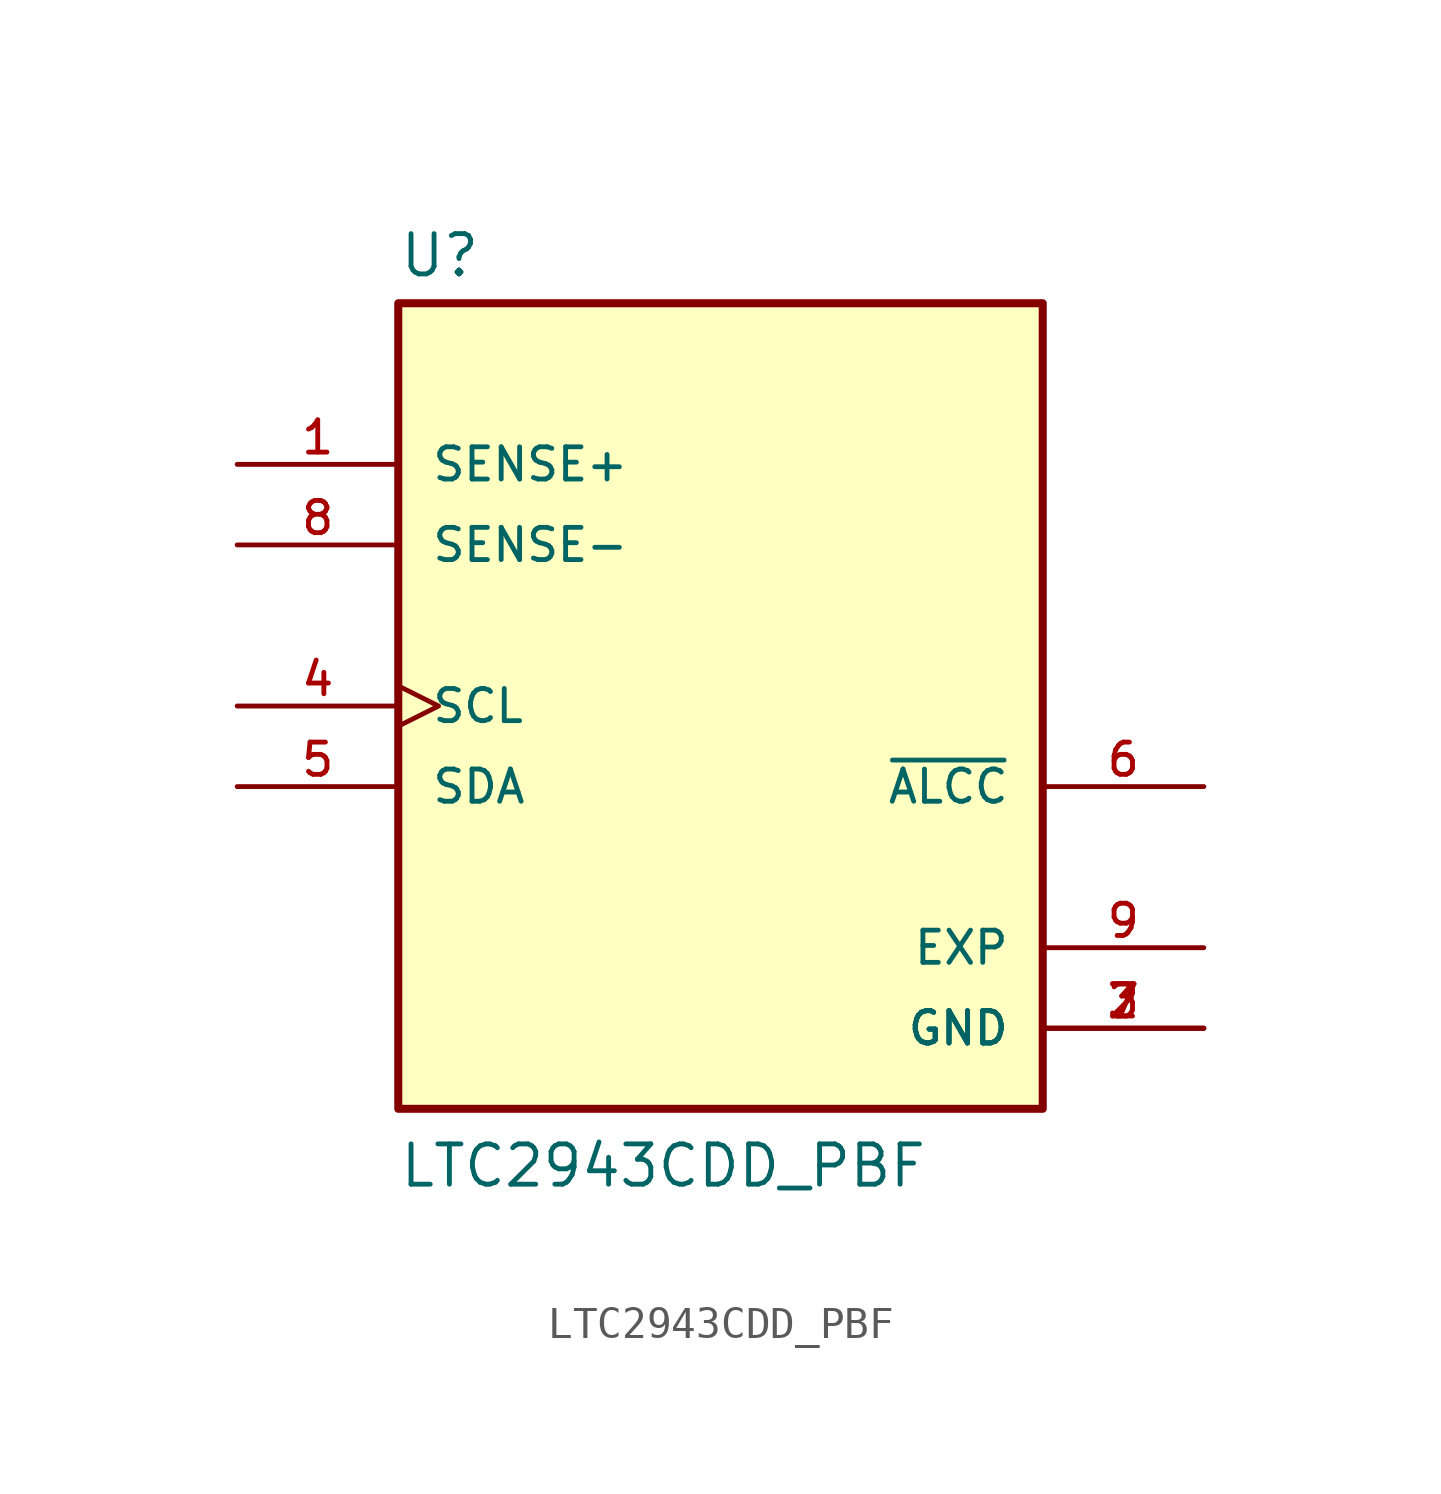
<source format=kicad_sym>
(kicad_symbol_lib
  (version 20211014)
  (generator kicad_symbol_editor)
  (symbol "LTC2943CDD_PBF"
    (pin_names
      (offset 1.016))
    (property "Reference" "U"
      (at -10.16 13.462 0)
      (effects (font (size 1.27 1.27)) (justify bottom left)))
    (property "Value" "LTC2943CDD_PBF"
      (at -10.16 -15.24 0)
      (effects (font (size 1.27 1.27)) (justify bottom left)))
    (symbol "LTC2943CDD_PBF_0_0"
      (rectangle (start -10.16 -12.7) (end 10.16 12.7) (stroke (width 0.254)) (fill (type background)))
      (pin input line (at -15.24 7.62 0) (length 5.08) (name "SENSE+" (effects (font (size 1.016 1.016)))) (number "1" (effects (font (size 1.016 1.016)))))
      (pin power_in line (at 15.24 -10.16 180.0) (length 5.08) (name "GND" (effects (font (size 1.016 1.016)))) (number "2" (effects (font (size 1.016 1.016)))))
      (pin power_in line (at 15.24 -10.16 180.0) (length 5.08) (name "GND" (effects (font (size 1.016 1.016)))) (number "3" (effects (font (size 1.016 1.016)))))
      (pin power_in line (at 15.24 -10.16 180.0) (length 5.08) (name "GND" (effects (font (size 1.016 1.016)))) (number "7" (effects (font (size 1.016 1.016)))))
      (pin input clock (at -15.24 0.0 0) (length 5.08) (name "SCL" (effects (font (size 1.016 1.016)))) (number "4" (effects (font (size 1.016 1.016)))))
      (pin bidirectional line (at -15.24 -2.54 0) (length 5.08) (name "SDA" (effects (font (size 1.016 1.016)))) (number "5" (effects (font (size 1.016 1.016)))))
      (pin bidirectional line (at 15.24 -2.54 180.0) (length 5.08) (name "~{ALCC}" (effects (font (size 1.016 1.016)))) (number "6" (effects (font (size 1.016 1.016)))))
      (pin input line (at -15.24 5.08 0) (length 5.08) (name "SENSE-" (effects (font (size 1.016 1.016)))) (number "8" (effects (font (size 1.016 1.016)))))
      (pin power_in line (at 15.24 -7.62 180.0) (length 5.08) (name "EXP" (effects (font (size 1.016 1.016)))) (number "9" (effects (font (size 1.016 1.016))))))))
</source>
